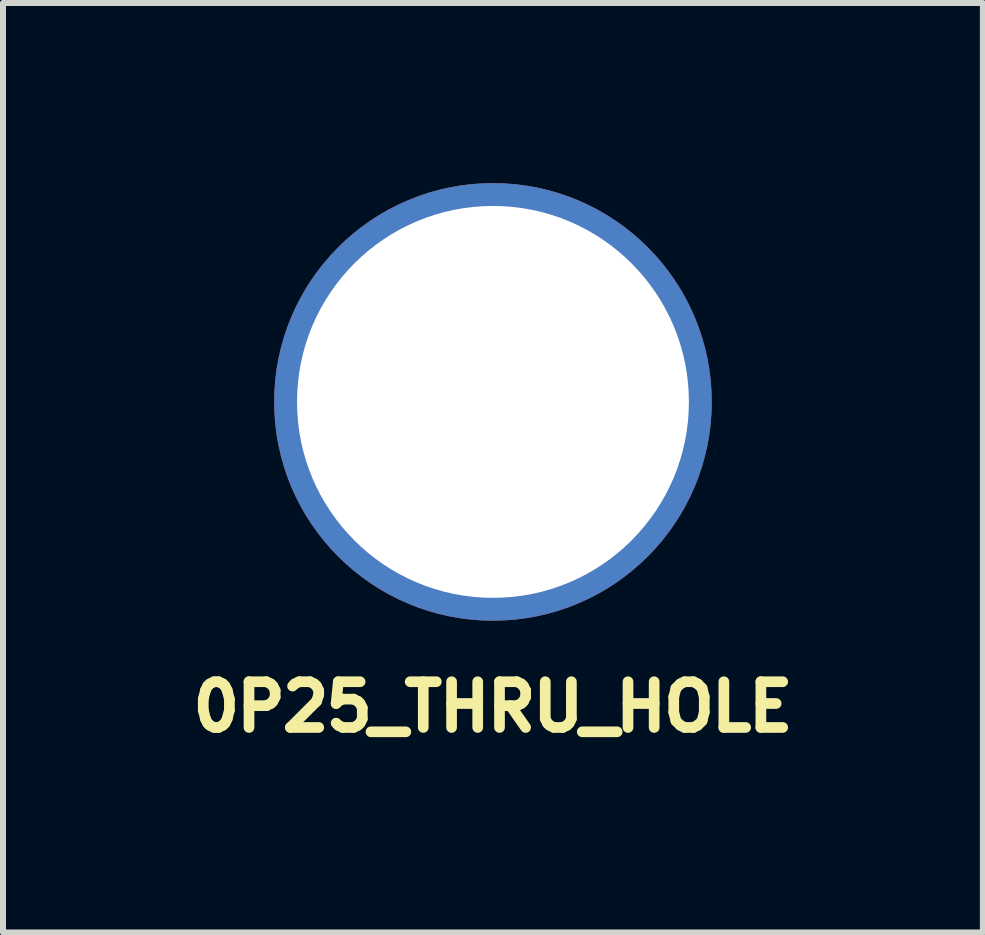
<source format=kicad_pcb>
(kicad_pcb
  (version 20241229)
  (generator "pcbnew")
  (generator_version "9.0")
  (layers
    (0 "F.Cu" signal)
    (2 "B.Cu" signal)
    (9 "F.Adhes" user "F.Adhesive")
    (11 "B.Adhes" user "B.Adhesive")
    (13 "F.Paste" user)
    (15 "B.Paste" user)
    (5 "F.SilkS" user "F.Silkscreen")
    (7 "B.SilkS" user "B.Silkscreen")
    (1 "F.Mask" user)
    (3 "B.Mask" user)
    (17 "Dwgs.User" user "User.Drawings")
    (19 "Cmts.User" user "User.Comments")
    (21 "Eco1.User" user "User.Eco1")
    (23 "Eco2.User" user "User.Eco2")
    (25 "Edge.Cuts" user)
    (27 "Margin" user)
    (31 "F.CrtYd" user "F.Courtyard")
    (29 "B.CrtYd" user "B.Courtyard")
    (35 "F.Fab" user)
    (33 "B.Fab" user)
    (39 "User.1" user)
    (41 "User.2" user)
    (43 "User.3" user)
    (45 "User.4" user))
  (footprint "0P25_THRU_HOLE"
    (layer "F.Cu")
    (at 5.162 3.645)
    (property "Reference" "0P25_THRU_HOLE" (at 0 5.08 0) (layer "F.SilkS") (effects (font (size 0.762 0.762) (thickness 0.178))))
    (attr through_hole)
    (pad "" thru_hole circle (at 0 0) (size 7.29 7.29) (drill 6.528) (layers "*.Cu" "*.Mask")))
  (gr_rect
    (start -3 -3)
    (end 13.323 12.483)
    (stroke (width 0.1) (type default))
    (fill no)
    (layer "Edge.Cuts")))
</source>
